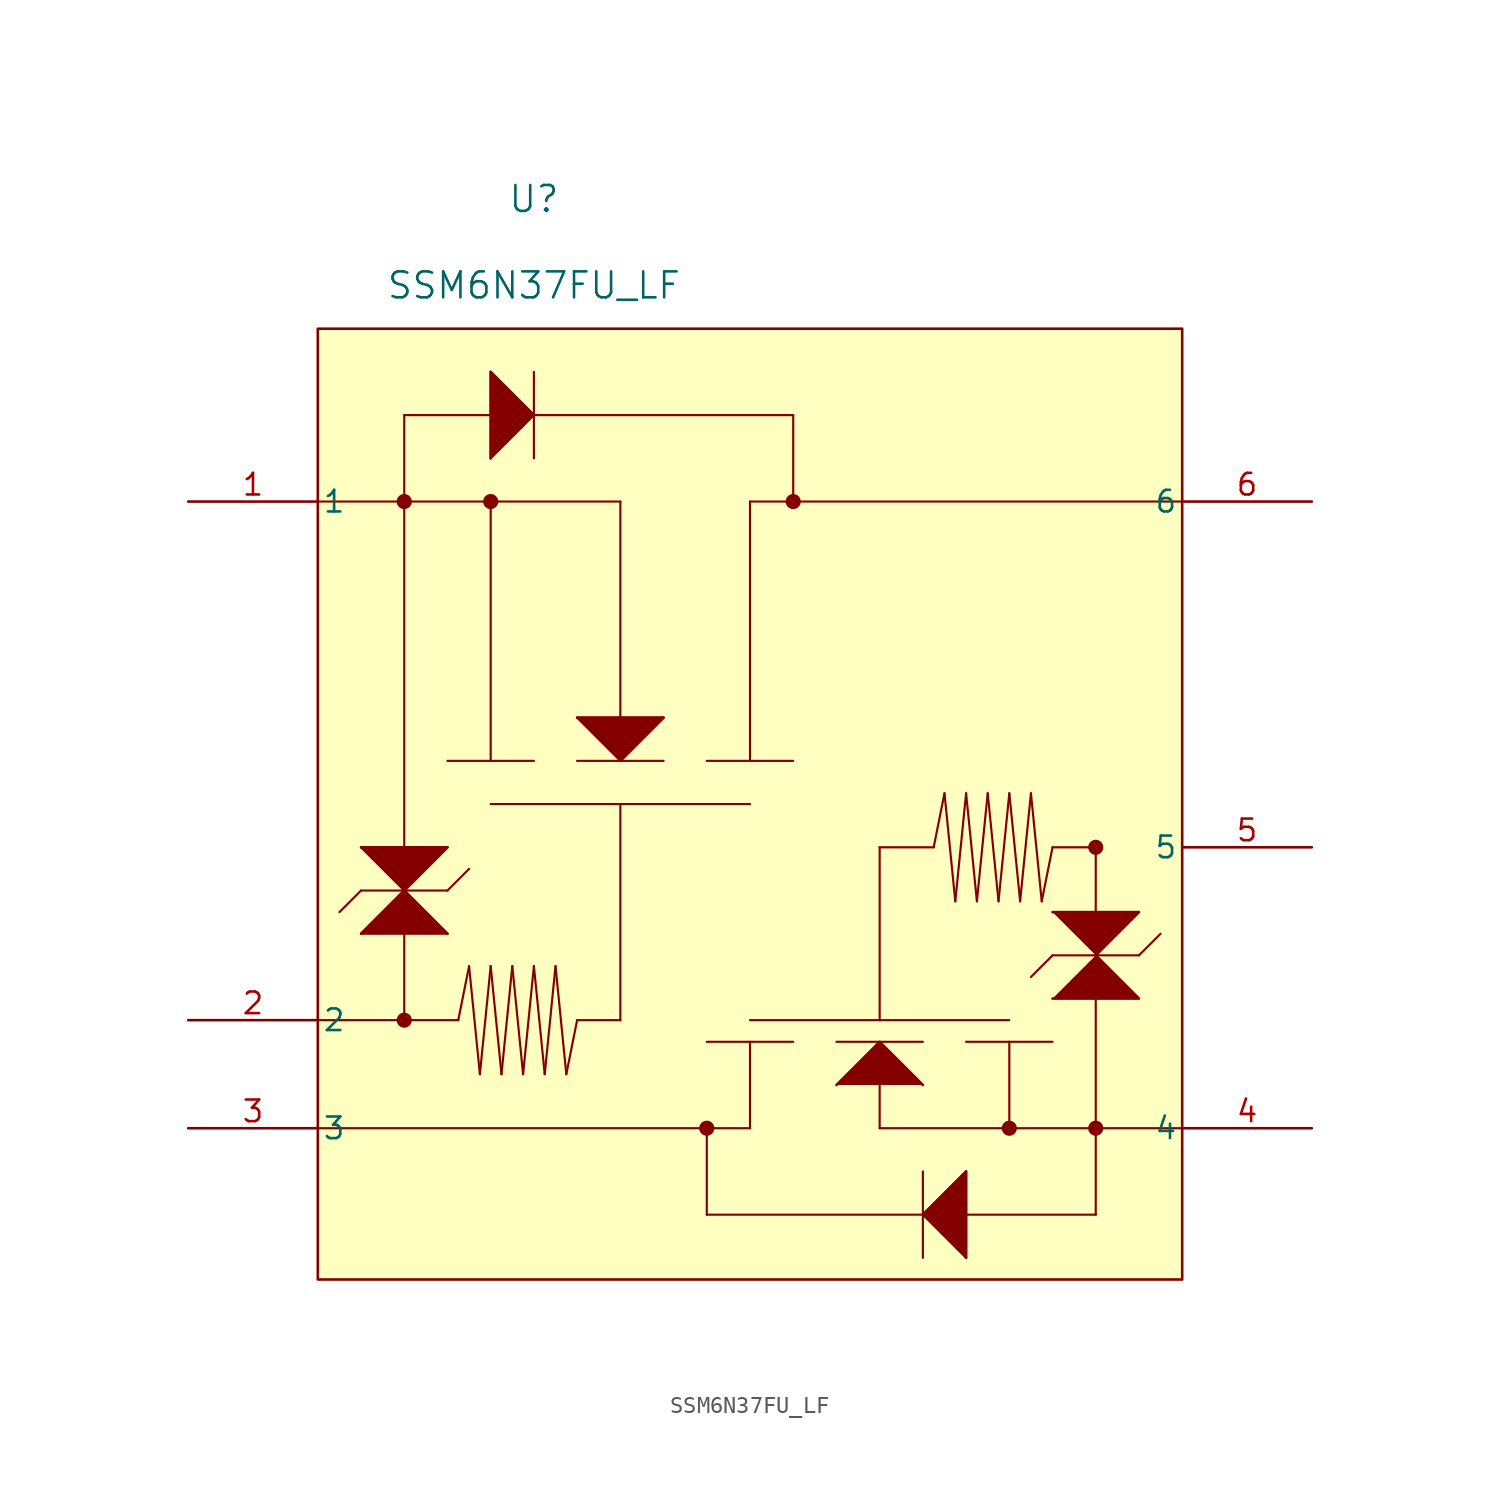
<source format=kicad_sym>
(kicad_symbol_lib
  (version 20231120)
  (generator "kicad_symbol_editor")
  (generator_version "8.0")
  (symbol "SSM6N37FU_LF"
    (pin_names
      (offset 0.254))
    (property "Reference" "U"
      (at 20.32 17.78 0)
      (effects (font (size 1.524 1.524))))
    (property "Value" "SSM6N37FU_LF"
      (at 20.32 12.7 0)
      (effects (font (size 1.524 1.524))))
    (symbol "SSM6N37FU_LF_0_1"
      (polyline (pts (xy 7.62 -36.83) (xy 33.02 -36.83)) (stroke (width 0.127) (type default)) (fill (type none)))
      (polyline (pts (xy 7.62 -30.48) (xy 15.875 -30.48)) (stroke (width 0.127) (type default)) (fill (type none)))
      (polyline (pts (xy 7.62 0) (xy 25.4 0)) (stroke (width 0.127) (type default)) (fill (type none)))
      (polyline (pts (xy 10.16 -25.4) (xy 12.7 -22.86)) (stroke (width 0.127) (type default)) (fill (type none)))
      (polyline (pts (xy 10.16 -25.4) (xy 15.24 -25.4)) (stroke (width 0.127) (type default)) (fill (type none)))
      (polyline (pts (xy 10.16 -22.86) (xy 8.89 -24.13)) (stroke (width 0.127) (type default)) (fill (type none)))
      (polyline (pts (xy 10.16 -22.86) (xy 15.24 -22.86)) (stroke (width 0.127) (type default)) (fill (type none)))
      (polyline (pts (xy 10.16 -20.32) (xy 12.7 -22.86)) (stroke (width 0.127) (type default)) (fill (type none)))
      (polyline (pts (xy 10.16 -20.32) (xy 15.24 -20.32)) (stroke (width 0.127) (type default)) (fill (type none)))
      (polyline (pts (xy 12.7 -30.48) (xy 12.7 5.08)) (stroke (width 0.127) (type default)) (fill (type none)))
      (polyline (pts (xy 12.7 -22.86) (xy 15.24 -20.32)) (stroke (width 0.127) (type default)) (fill (type none)))
      (polyline (pts (xy 12.7 5.08) (xy 35.56 5.08)) (stroke (width 0.127) (type default)) (fill (type none)))
      (polyline (pts (xy 15.24 -25.4) (xy 12.7 -22.86)) (stroke (width 0.127) (type default)) (fill (type none)))
      (polyline (pts (xy 15.24 -22.86) (xy 16.51 -21.59)) (stroke (width 0.127) (type default)) (fill (type none)))
      (polyline (pts (xy 15.24 -15.24) (xy 20.32 -15.24)) (stroke (width 0.127) (type default)) (fill (type none)))
      (polyline (pts (xy 16.51 -27.305) (xy 15.875 -30.48)) (stroke (width 0.127) (type default)) (fill (type none)))
      (polyline (pts (xy 17.145 -33.655) (xy 16.51 -27.305)) (stroke (width 0.127) (type default)) (fill (type none)))
      (polyline (pts (xy 17.78 -27.305) (xy 17.145 -33.655)) (stroke (width 0.127) (type default)) (fill (type none)))
      (polyline (pts (xy 17.78 -17.78) (xy 33.02 -17.78)) (stroke (width 0.127) (type default)) (fill (type none)))
      (polyline (pts (xy 17.78 -15.24) (xy 17.78 0)) (stroke (width 0.127) (type default)) (fill (type none)))
      (polyline (pts (xy 17.78 2.54) (xy 20.32 5.08)) (stroke (width 0.127) (type default)) (fill (type none)))
      (polyline (pts (xy 17.78 7.62) (xy 17.78 2.54)) (stroke (width 0.127) (type default)) (fill (type none)))
      (polyline (pts (xy 17.78 7.62) (xy 20.32 5.08)) (stroke (width 0.127) (type default)) (fill (type none)))
      (polyline (pts (xy 18.415 -33.655) (xy 17.78 -27.305)) (stroke (width 0.127) (type default)) (fill (type none)))
      (polyline (pts (xy 19.05 -27.305) (xy 18.415 -33.655)) (stroke (width 0.127) (type default)) (fill (type none)))
      (polyline (pts (xy 19.685 -33.655) (xy 19.05 -27.305)) (stroke (width 0.127) (type default)) (fill (type none)))
      (polyline (pts (xy 20.32 -27.305) (xy 19.685 -33.655)) (stroke (width 0.127) (type default)) (fill (type none)))
      (polyline (pts (xy 20.32 7.62) (xy 20.32 2.54)) (stroke (width 0.127) (type default)) (fill (type none)))
      (polyline (pts (xy 20.955 -33.655) (xy 20.32 -27.305)) (stroke (width 0.127) (type default)) (fill (type none)))
      (polyline (pts (xy 21.59 -27.305) (xy 20.955 -33.655)) (stroke (width 0.127) (type default)) (fill (type none)))
      (polyline (pts (xy 22.225 -33.655) (xy 21.59 -27.305)) (stroke (width 0.127) (type default)) (fill (type none)))
      (polyline (pts (xy 22.86 -30.48) (xy 22.225 -33.655)) (stroke (width 0.127) (type default)) (fill (type none)))
      (polyline (pts (xy 22.86 -30.48) (xy 25.4 -30.48)) (stroke (width 0.127) (type default)) (fill (type none)))
      (polyline (pts (xy 22.86 -15.24) (xy 27.94 -15.24)) (stroke (width 0.127) (type default)) (fill (type none)))
      (polyline (pts (xy 22.86 -12.7) (xy 27.94 -12.7)) (stroke (width 0.127) (type default)) (fill (type none)))
      (polyline (pts (xy 25.4 -30.48) (xy 25.4 -17.78)) (stroke (width 0.127) (type default)) (fill (type none)))
      (polyline (pts (xy 25.4 -15.24) (xy 22.86 -12.7)) (stroke (width 0.127) (type default)) (fill (type none)))
      (polyline (pts (xy 25.4 -15.24) (xy 25.4 0)) (stroke (width 0.127) (type default)) (fill (type none)))
      (polyline (pts (xy 25.4 -15.24) (xy 27.94 -12.7)) (stroke (width 0.127) (type default)) (fill (type none)))
      (polyline (pts (xy 30.48 -41.91) (xy 30.48 -36.83)) (stroke (width 0.127) (type default)) (fill (type none)))
      (polyline (pts (xy 30.48 -15.24) (xy 35.56 -15.24)) (stroke (width 0.127) (type default)) (fill (type none)))
      (polyline (pts (xy 33.02 -36.83) (xy 33.02 -31.75)) (stroke (width 0.127) (type default)) (fill (type none)))
      (polyline (pts (xy 33.02 0) (xy 33.02 -15.24)) (stroke (width 0.127) (type default)) (fill (type none)))
      (polyline (pts (xy 35.56 -31.75) (xy 30.48 -31.75)) (stroke (width 0.127) (type default)) (fill (type none)))
      (polyline (pts (xy 35.56 5.08) (xy 35.56 0)) (stroke (width 0.127) (type default)) (fill (type none)))
      (polyline (pts (xy 40.64 -34.29) (xy 40.64 -36.83)) (stroke (width 0.127) (type default)) (fill (type none)))
      (polyline (pts (xy 40.64 -20.32) (xy 40.64 -30.48)) (stroke (width 0.127) (type default)) (fill (type none)))
      (polyline (pts (xy 40.64 -20.32) (xy 43.815 -20.32)) (stroke (width 0.127) (type default)) (fill (type none)))
      (polyline (pts (xy 43.18 -39.37) (xy 43.18 -44.45)) (stroke (width 0.127) (type default)) (fill (type none)))
      (polyline (pts (xy 43.18 -31.75) (xy 38.1 -31.75)) (stroke (width 0.127) (type default)) (fill (type none)))
      (polyline (pts (xy 44.45 -17.145) (xy 43.815 -20.32)) (stroke (width 0.127) (type default)) (fill (type none)))
      (polyline (pts (xy 45.085 -23.495) (xy 44.45 -17.145)) (stroke (width 0.127) (type default)) (fill (type none)))
      (polyline (pts (xy 45.72 -44.45) (xy 43.18 -41.91)) (stroke (width 0.127) (type default)) (fill (type none)))
      (polyline (pts (xy 45.72 -39.37) (xy 43.18 -41.91)) (stroke (width 0.127) (type default)) (fill (type none)))
      (polyline (pts (xy 45.72 -39.37) (xy 45.72 -44.45)) (stroke (width 0.127) (type default)) (fill (type none)))
      (polyline (pts (xy 45.72 -17.145) (xy 45.085 -23.495)) (stroke (width 0.127) (type default)) (fill (type none)))
      (polyline (pts (xy 46.355 -23.495) (xy 45.72 -17.145)) (stroke (width 0.127) (type default)) (fill (type none)))
      (polyline (pts (xy 46.99 -17.145) (xy 46.355 -23.495)) (stroke (width 0.127) (type default)) (fill (type none)))
      (polyline (pts (xy 47.625 -23.495) (xy 46.99 -17.145)) (stroke (width 0.127) (type default)) (fill (type none)))
      (polyline (pts (xy 48.26 -31.75) (xy 48.26 -36.83)) (stroke (width 0.127) (type default)) (fill (type none)))
      (polyline (pts (xy 48.26 -30.48) (xy 33.02 -30.48)) (stroke (width 0.127) (type default)) (fill (type none)))
      (polyline (pts (xy 48.26 -17.145) (xy 47.625 -23.495)) (stroke (width 0.127) (type default)) (fill (type none)))
      (polyline (pts (xy 48.895 -23.495) (xy 48.26 -17.145)) (stroke (width 0.127) (type default)) (fill (type none)))
      (polyline (pts (xy 49.53 -17.145) (xy 48.895 -23.495)) (stroke (width 0.127) (type default)) (fill (type none)))
      (polyline (pts (xy 50.165 -23.495) (xy 49.53 -17.145)) (stroke (width 0.127) (type default)) (fill (type none)))
      (polyline (pts (xy 50.8 -31.75) (xy 45.72 -31.75)) (stroke (width 0.127) (type default)) (fill (type none)))
      (polyline (pts (xy 50.8 -26.67) (xy 49.53 -27.94)) (stroke (width 0.127) (type default)) (fill (type none)))
      (polyline (pts (xy 50.8 -20.32) (xy 50.165 -23.495)) (stroke (width 0.127) (type default)) (fill (type none)))
      (polyline (pts (xy 50.8 -20.32) (xy 53.34 -20.32)) (stroke (width 0.127) (type default)) (fill (type none)))
      (polyline (pts (xy 53.34 -41.91) (xy 30.48 -41.91)) (stroke (width 0.127) (type default)) (fill (type none)))
      (polyline (pts (xy 53.34 -20.32) (xy 53.34 -41.91)) (stroke (width 0.127) (type default)) (fill (type none)))
      (polyline (pts (xy 55.88 -26.67) (xy 50.8 -26.67)) (stroke (width 0.127) (type default)) (fill (type none)))
      (polyline (pts (xy 55.88 -26.67) (xy 57.15 -25.4)) (stroke (width 0.127) (type default)) (fill (type none)))
      (polyline (pts (xy 58.42 -36.83) (xy 40.64 -36.83)) (stroke (width 0.127) (type default)) (fill (type none)))
      (polyline (pts (xy 58.42 0) (xy 33.02 0)) (stroke (width 0.127) (type default)) (fill (type none)))
      (polyline (pts (xy 10.16 -25.4) (xy 12.7 -22.86) (xy 15.24 -25.4)) (stroke (width 0) (type default)) (fill (type outline)))
      (polyline (pts (xy 10.16 -20.32) (xy 15.24 -20.32) (xy 12.7 -22.86)) (stroke (width 0) (type default)) (fill (type outline)))
      (polyline (pts (xy 17.78 2.54) (xy 17.78 7.62) (xy 20.32 5.08)) (stroke (width 0) (type default)) (fill (type outline)))
      (polyline (pts (xy 22.86 -12.7) (xy 27.94 -12.7) (xy 25.4 -15.24)) (stroke (width 0) (type default)) (fill (type outline)))
      (polyline (pts (xy 38.1 -34.29) (xy 40.64 -31.75) (xy 43.18 -34.29)) (stroke (width 0) (type default)) (fill (type outline)))
      (polyline (pts (xy 43.18 -41.91) (xy 45.72 -39.37) (xy 45.72 -44.45)) (stroke (width 0) (type default)) (fill (type outline)))
      (polyline (pts (xy 50.8 -29.21) (xy 55.88 -29.21) (xy 53.34 -26.67)) (stroke (width 0) (type default)) (fill (type outline)))
      (polyline (pts (xy 50.8 -24.13) (xy 55.88 -24.13) (xy 53.34 -26.67)) (stroke (width 0) (type default)) (fill (type outline)))
      (circle (center 12.7 -30.48) (radius 0.254) (stroke (width 0.381) (type default)) (fill (type none)))
      (circle (center 12.7 0) (radius 0.254) (stroke (width 0.381) (type default)) (fill (type none)))
      (circle (center 17.78 0) (radius 0.254) (stroke (width 0.381) (type default)) (fill (type none)))
      (circle (center 30.48 -36.83) (radius 0.254) (stroke (width 0.381) (type default)) (fill (type none)))
      (circle (center 35.56 0) (radius 0.254) (stroke (width 0.381) (type default)) (fill (type none)))
      (circle (center 48.26 -36.83) (radius 0.254) (stroke (width 0.381) (type default)) (fill (type none)))
      (circle (center 53.34 -36.83) (radius 0.254) (stroke (width 0.381) (type default)) (fill (type none)))
      (circle (center 53.34 -20.32) (radius 0.254) (stroke (width 0.381) (type default)) (fill (type none)))
      (pin unspecified line (at 0 0 0) (length 7.62) (name "1" (effects (font (size 1.27 1.27)))) (number "1" (effects (font (size 1.27 1.27)))))
      (pin unspecified line (at 0 -30.48 0) (length 7.62) (name "2" (effects (font (size 1.27 1.27)))) (number "2" (effects (font (size 1.27 1.27)))))
      (pin unspecified line (at 0 -36.83 0) (length 7.62) (name "3" (effects (font (size 1.27 1.27)))) (number "3" (effects (font (size 1.27 1.27)))))
      (pin unspecified line (at 66.04 -36.83 180) (length 7.62) (name "4" (effects (font (size 1.27 1.27)))) (number "4" (effects (font (size 1.27 1.27)))))
      (pin unspecified line (at 66.04 -20.32 180) (length 7.62) (name "5" (effects (font (size 1.27 1.27)))) (number "5" (effects (font (size 1.27 1.27)))))
      (pin unspecified line (at 66.04 0 180) (length 7.62) (name "6" (effects (font (size 1.27 1.27)))) (number "6" (effects (font (size 1.27 1.27))))))
    (symbol "SSM6N37FU_LF_1_1"
      (rectangle (start 7.62 10.16) (end 58.42 -45.72) (stroke (width 0) (type default)) (fill (type background))))))
</source>
